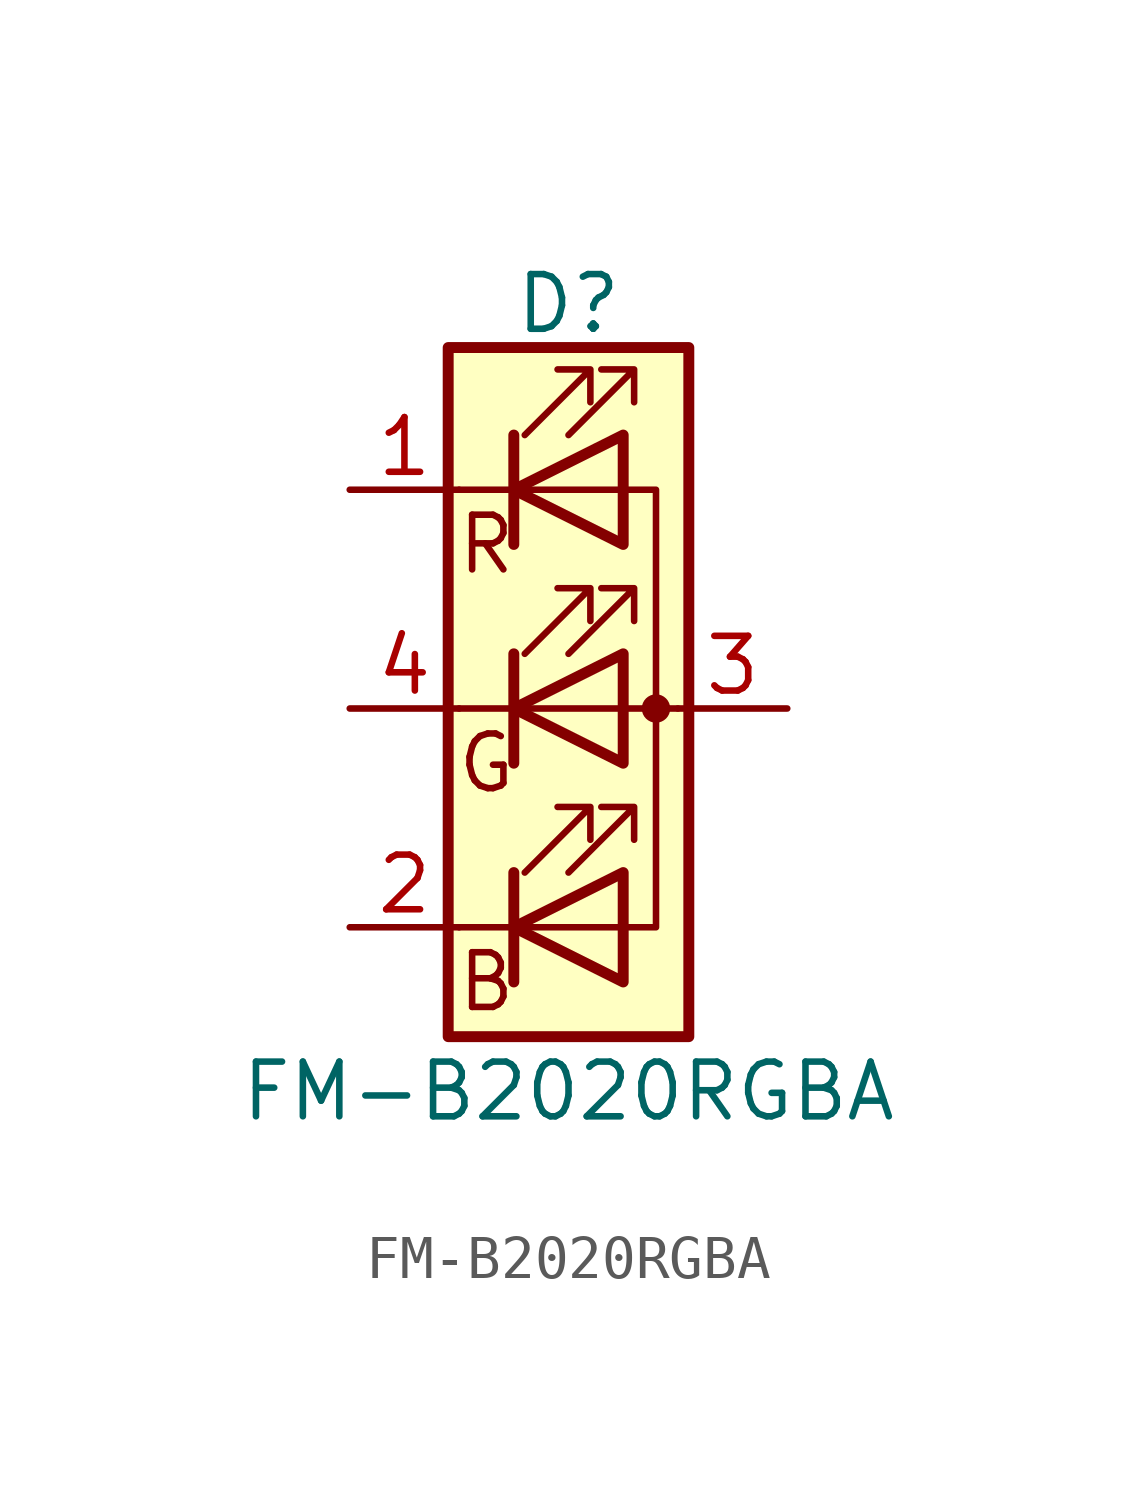
<source format=kicad_sym>
(kicad_symbol_lib
  (version 20211014)
  (generator kicad_symbol_editor)
  (symbol "FM-B2020RGBA"
    (pin_names
      (offset 0) hide)
    (property "Reference" "D"
      (at 0 9.398 0)
      (effects (font (size 1.27 1.27))))
    (property "Value" "FM-B2020RGBA"
      (at 0 -8.89 0)
      (effects (font (size 1.27 1.27))))
    (symbol "FM-B2020RGBA_0_0"
      (text "B" (at -1.905 -6.35 0) (effects (font (size 1.27 1.27))))
      (text "G" (at -1.905 -1.27 0) (effects (font (size 1.27 1.27))))
      (text "R" (at -1.905 3.81 0) (effects (font (size 1.27 1.27)))))
    (symbol "FM-B2020RGBA_0_1"
      (polyline (pts (xy -1.27 -5.08) (xy -2.54 -5.08)) (stroke (width 0) (type default) (color 0 0 0 0)) (fill (type none)))
      (polyline (pts (xy -1.27 -5.08) (xy 1.27 -5.08)) (stroke (width 0) (type default) (color 0 0 0 0)) (fill (type none)))
      (polyline (pts (xy -1.27 -3.81) (xy -1.27 -6.35)) (stroke (width 0.254) (type default) (color 0 0 0 0)) (fill (type none)))
      (polyline (pts (xy -1.27 0) (xy -2.54 0)) (stroke (width 0) (type default) (color 0 0 0 0)) (fill (type none)))
      (polyline (pts (xy -1.27 0) (xy 1.27 0)) (stroke (width 0) (type default) (color 0 0 0 0)) (fill (type none)))
      (polyline (pts (xy -1.27 1.27) (xy -1.27 -1.27)) (stroke (width 0.254) (type default) (color 0 0 0 0)) (fill (type none)))
      (polyline (pts (xy -1.27 5.08) (xy -2.54 5.08)) (stroke (width 0) (type default) (color 0 0 0 0)) (fill (type none)))
      (polyline (pts (xy -1.27 6.35) (xy -1.27 3.81)) (stroke (width 0.254) (type default) (color 0 0 0 0)) (fill (type none)))
      (polyline (pts (xy 1.27 0) (xy 2.54 0)) (stroke (width 0) (type default) (color 0 0 0 0)) (fill (type none)))
      (polyline (pts (xy 1.27 5.08) (xy -1.27 5.08)) (stroke (width 0) (type default) (color 0 0 0 0)) (fill (type none)))
      (polyline (pts (xy -1.27 1.27) (xy -1.27 -1.27) (xy -1.27 -1.27)) (stroke (width 0) (type default) (color 0 0 0 0)) (fill (type none)))
      (polyline (pts (xy -1.27 6.35) (xy -1.27 3.81) (xy -1.27 3.81)) (stroke (width 0) (type default) (color 0 0 0 0)) (fill (type none)))
      (polyline (pts (xy 1.27 -5.08) (xy 2.032 -5.08) (xy 2.032 5.08) (xy 1.27 5.08)) (stroke (width 0) (type default) (color 0 0 0 0)) (fill (type none)))
      (polyline (pts (xy 1.27 -3.81) (xy 1.27 -6.35) (xy -1.27 -5.08) (xy 1.27 -3.81)) (stroke (width 0.254) (type default) (color 0 0 0 0)) (fill (type none)))
      (polyline (pts (xy 1.27 1.27) (xy 1.27 -1.27) (xy -1.27 0) (xy 1.27 1.27)) (stroke (width 0.254) (type default) (color 0 0 0 0)) (fill (type none)))
      (polyline (pts (xy 1.27 6.35) (xy 1.27 3.81) (xy -1.27 5.08) (xy 1.27 6.35)) (stroke (width 0.254) (type default) (color 0 0 0 0)) (fill (type none)))
      (polyline (pts (xy -1.016 -3.81) (xy 0.508 -2.286) (xy -0.254 -2.286) (xy 0.508 -2.286) (xy 0.508 -3.048)) (stroke (width 0) (type default) (color 0 0 0 0)) (fill (type none)))
      (polyline (pts (xy -1.016 1.27) (xy 0.508 2.794) (xy -0.254 2.794) (xy 0.508 2.794) (xy 0.508 2.032)) (stroke (width 0) (type default) (color 0 0 0 0)) (fill (type none)))
      (polyline (pts (xy -1.016 6.35) (xy 0.508 7.874) (xy -0.254 7.874) (xy 0.508 7.874) (xy 0.508 7.112)) (stroke (width 0) (type default) (color 0 0 0 0)) (fill (type none)))
      (polyline (pts (xy 0 -3.81) (xy 1.524 -2.286) (xy 0.762 -2.286) (xy 1.524 -2.286) (xy 1.524 -3.048)) (stroke (width 0) (type default) (color 0 0 0 0)) (fill (type none)))
      (polyline (pts (xy 0 1.27) (xy 1.524 2.794) (xy 0.762 2.794) (xy 1.524 2.794) (xy 1.524 2.032)) (stroke (width 0) (type default) (color 0 0 0 0)) (fill (type none)))
      (polyline (pts (xy 0 6.35) (xy 1.524 7.874) (xy 0.762 7.874) (xy 1.524 7.874) (xy 1.524 7.112)) (stroke (width 0) (type default) (color 0 0 0 0)) (fill (type none)))
      (rectangle (start 1.27 -1.27) (end 1.27 1.27) (stroke (width 0) (type default) (color 0 0 0 0)) (fill (type none)))
      (rectangle (start 1.27 1.27) (end 1.27 1.27) (stroke (width 0) (type default) (color 0 0 0 0)) (fill (type none)))
      (rectangle (start 1.27 3.81) (end 1.27 6.35) (stroke (width 0) (type default) (color 0 0 0 0)) (fill (type none)))
      (rectangle (start 1.27 6.35) (end 1.27 6.35) (stroke (width 0) (type default) (color 0 0 0 0)) (fill (type none)))
      (circle (center 2.032 0) (radius 0.254) (stroke (width 0) (type default) (color 0 0 0 0)) (fill (type outline)))
      (rectangle (start 2.794 8.382) (end -2.794 -7.62) (stroke (width 0.254) (type default) (color 0 0 0 0)) (fill (type background))))
    (symbol "FM-B2020RGBA_1_1"
      (pin passive line (at -5.08 5.08 0) (length 2.54) (name "RK" (effects (font (size 1.27 1.27)))) (number "1" (effects (font (size 1.27 1.27)))))
      (pin passive line (at -5.08 -5.08 0) (length 2.54) (name "GK" (effects (font (size 1.27 1.27)))) (number "2" (effects (font (size 1.27 1.27)))))
      (pin passive line (at 5.08 0 180) (length 2.54) (name "BK" (effects (font (size 1.27 1.27)))) (number "3" (effects (font (size 1.27 1.27)))))
      (pin passive line (at -5.08 0 0) (length 2.54) (name "A" (effects (font (size 1.27 1.27)))) (number "4" (effects (font (size 1.27 1.27))))))))
</source>
